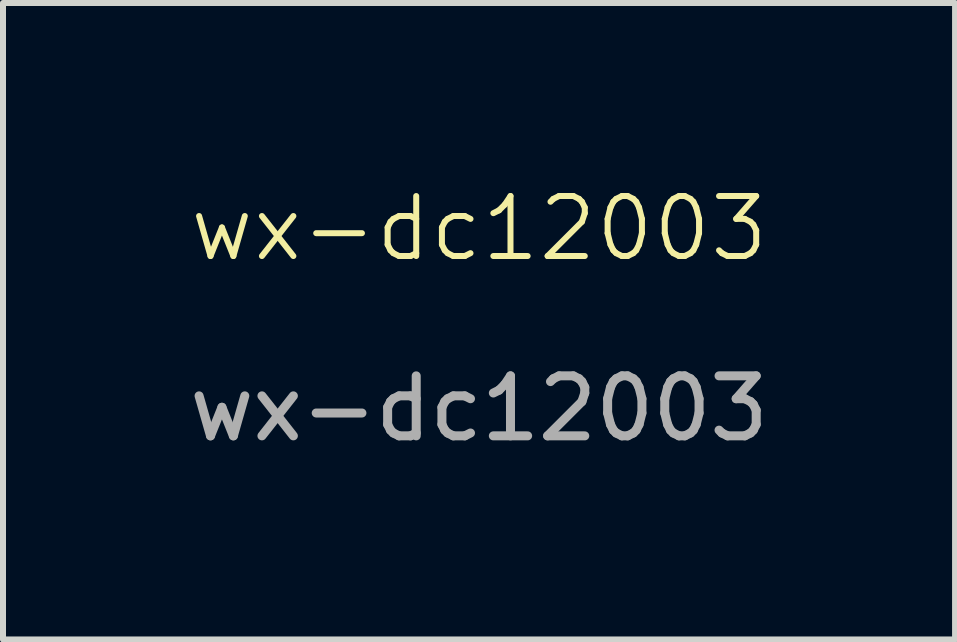
<source format=kicad_pcb>
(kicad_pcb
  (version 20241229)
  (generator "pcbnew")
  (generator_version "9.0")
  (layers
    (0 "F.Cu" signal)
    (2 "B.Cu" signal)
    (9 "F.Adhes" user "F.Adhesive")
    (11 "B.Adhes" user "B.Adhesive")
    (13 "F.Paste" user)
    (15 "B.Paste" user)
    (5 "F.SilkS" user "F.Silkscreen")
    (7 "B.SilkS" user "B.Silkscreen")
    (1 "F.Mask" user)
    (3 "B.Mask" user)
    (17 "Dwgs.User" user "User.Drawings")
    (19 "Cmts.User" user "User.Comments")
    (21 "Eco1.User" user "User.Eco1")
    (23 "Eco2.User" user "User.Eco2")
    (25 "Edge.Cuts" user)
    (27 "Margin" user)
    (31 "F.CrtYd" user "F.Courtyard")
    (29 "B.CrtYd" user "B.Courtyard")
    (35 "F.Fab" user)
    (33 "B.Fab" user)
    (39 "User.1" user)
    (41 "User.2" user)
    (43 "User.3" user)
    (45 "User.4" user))
  (footprint "wx-dc12003"
    (layer "F.Cu")
    (at 4.935 1.26)
    (property "Reference" "wx-dc12003" (at 0 -0.5 0) (unlocked yes) (layer "F.SilkS") (effects (font (size 1 1) (thickness 0.1))))
    (attr through_hole)
    (fp_text user "${REFERENCE}" (at 0 2.5 0) (unlocked yes) (layer "F.Fab") (effects (font (size 1 1) (thickness 0.15)))))
  (gr_rect
    (start -3 -3)
    (end 12.869 7.609)
    (stroke (width 0.1) (type default))
    (fill no)
    (layer "Edge.Cuts")))
</source>
